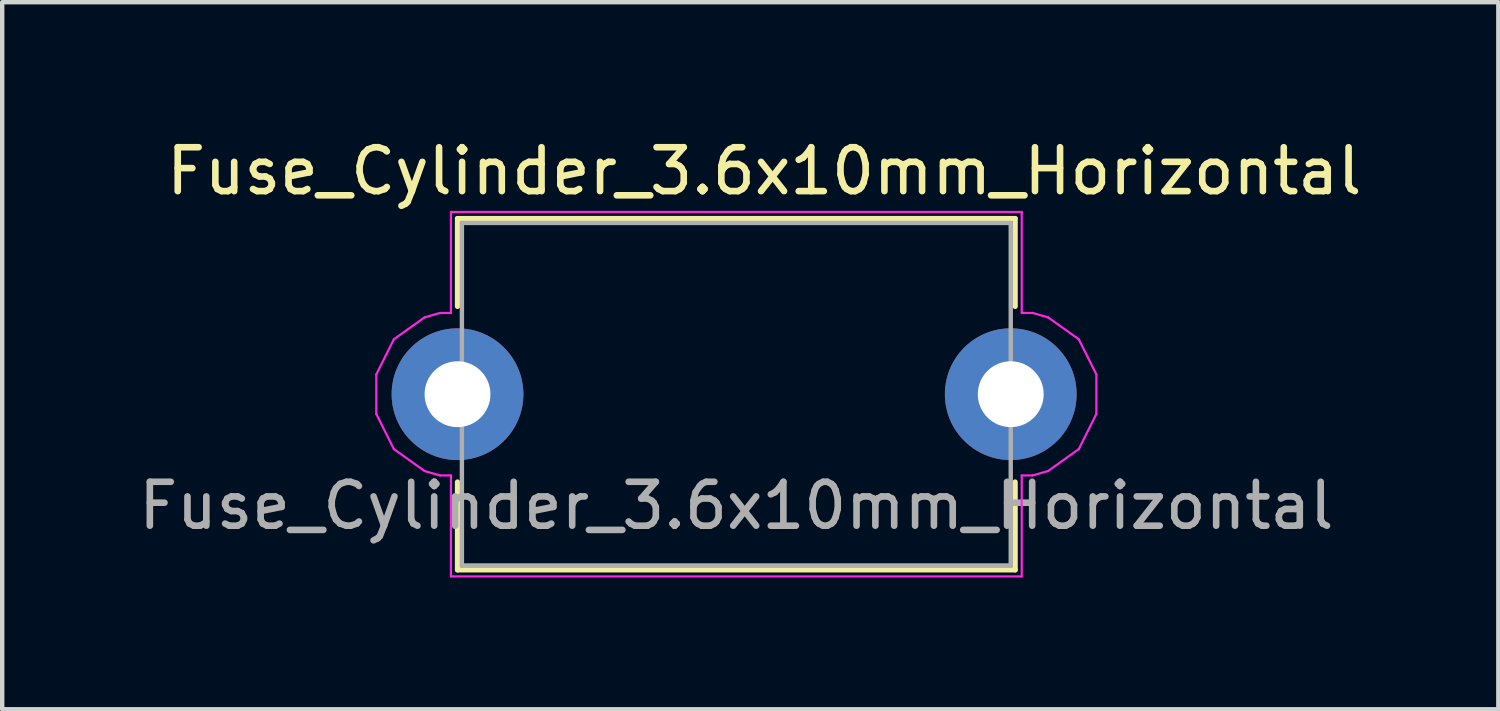
<source format=kicad_pcb>
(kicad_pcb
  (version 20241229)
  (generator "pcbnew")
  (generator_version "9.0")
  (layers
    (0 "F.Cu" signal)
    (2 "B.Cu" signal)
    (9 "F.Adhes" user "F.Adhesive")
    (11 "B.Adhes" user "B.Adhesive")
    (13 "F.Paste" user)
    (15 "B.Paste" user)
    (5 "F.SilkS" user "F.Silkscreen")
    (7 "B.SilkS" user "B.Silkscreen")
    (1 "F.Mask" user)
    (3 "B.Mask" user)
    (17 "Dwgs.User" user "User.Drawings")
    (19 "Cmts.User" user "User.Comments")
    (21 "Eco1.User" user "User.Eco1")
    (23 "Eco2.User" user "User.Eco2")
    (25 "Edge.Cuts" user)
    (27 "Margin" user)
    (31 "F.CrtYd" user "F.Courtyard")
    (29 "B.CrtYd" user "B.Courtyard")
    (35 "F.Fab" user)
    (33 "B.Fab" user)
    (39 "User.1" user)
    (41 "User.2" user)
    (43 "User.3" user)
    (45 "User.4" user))
  (footprint "Fuse_Cylinder_3.6x10mm_Horizontal"
    (layer "F.Cu")
    (at 7.37 5.928)
    (property "Reference" "Fuse_Cylinder_3.6x10mm_Horizontal" (at 6.985 -5.08 0) (layer "F.SilkS") (effects (font (size 1 1) (thickness 0.15))))
    (attr through_hole)
    (fp_line (start 0 -4) (end 12.7 -4) (stroke (width 0.12) (type solid)) (layer "F.SilkS"))
    (fp_line (start 0 -2) (end 0 -4) (stroke (width 0.12) (type solid)) (layer "F.SilkS"))
    (fp_line (start 0 4) (end 0 2) (stroke (width 0.12) (type solid)) (layer "F.SilkS"))
    (fp_line (start 0 4) (end 12.7 4) (stroke (width 0.12) (type solid)) (layer "F.SilkS"))
    (fp_line (start 12.7 -2) (end 12.7 -4) (stroke (width 0.12) (type solid)) (layer "F.SilkS"))
    (fp_line (start 12.7 4) (end 12.7 2) (stroke (width 0.12) (type solid)) (layer "F.SilkS"))
    (fp_line (start -1.85 -0.45) (end -1.85 0.45) (stroke (width 0.05) (type solid)) (layer "F.CrtYd"))
    (fp_line (start -1.85 -0.45) (end -1.45 -1.25) (stroke (width 0.05) (type solid)) (layer "F.CrtYd"))
    (fp_line (start -1.45 1.25) (end -1.85 0.45) (stroke (width 0.05) (type solid)) (layer "F.CrtYd"))
    (fp_line (start -1.45 1.25) (end -0.75 1.75) (stroke (width 0.05) (type solid)) (layer "F.CrtYd"))
    (fp_line (start -0.75 -1.75) (end -1.45 -1.25) (stroke (width 0.05) (type solid)) (layer "F.CrtYd"))
    (fp_line (start -0.75 1.75) (end -0.4 1.85) (stroke (width 0.05) (type solid)) (layer "F.CrtYd"))
    (fp_line (start -0.4 -1.85) (end -0.75 -1.75) (stroke (width 0.05) (type solid)) (layer "F.CrtYd"))
    (fp_line (start -0.4 1.85) (end -0.15 1.85) (stroke (width 0.05) (type solid)) (layer "F.CrtYd"))
    (fp_line (start -0.15 -4.15) (end 12.85 -4.15) (stroke (width 0.05) (type solid)) (layer "F.CrtYd"))
    (fp_line (start -0.15 -1.85) (end -0.4 -1.85) (stroke (width 0.05) (type solid)) (layer "F.CrtYd"))
    (fp_line (start -0.15 -1.85) (end -0.15 -4.15) (stroke (width 0.05) (type solid)) (layer "F.CrtYd"))
    (fp_line (start -0.15 4.15) (end -0.15 1.85) (stroke (width 0.05) (type solid)) (layer "F.CrtYd"))
    (fp_line (start 12.85 -1.85) (end 12.85 -4.15) (stroke (width 0.05) (type solid)) (layer "F.CrtYd"))
    (fp_line (start 12.85 -1.85) (end 13.1 -1.85) (stroke (width 0.05) (type solid)) (layer "F.CrtYd"))
    (fp_line (start 12.85 1.85) (end 12.85 4.15) (stroke (width 0.05) (type solid)) (layer "F.CrtYd"))
    (fp_line (start 12.85 1.85) (end 13.1 1.85) (stroke (width 0.05) (type solid)) (layer "F.CrtYd"))
    (fp_line (start 12.85 4.15) (end -0.15 4.15) (stroke (width 0.05) (type solid)) (layer "F.CrtYd"))
    (fp_line (start 13.1 1.85) (end 13.45 1.75) (stroke (width 0.05) (type solid)) (layer "F.CrtYd"))
    (fp_line (start 13.45 -1.75) (end 13.1 -1.85) (stroke (width 0.05) (type solid)) (layer "F.CrtYd"))
    (fp_line (start 13.45 1.75) (end 14.15 1.25) (stroke (width 0.05) (type solid)) (layer "F.CrtYd"))
    (fp_line (start 14.15 -1.25) (end 13.45 -1.75) (stroke (width 0.05) (type solid)) (layer "F.CrtYd"))
    (fp_line (start 14.15 1.25) (end 14.55 0.45) (stroke (width 0.05) (type solid)) (layer "F.CrtYd"))
    (fp_line (start 14.55 -0.45) (end 14.15 -1.25) (stroke (width 0.05) (type solid)) (layer "F.CrtYd"))
    (fp_line (start 14.55 0.45) (end 14.55 -0.45) (stroke (width 0.05) (type solid)) (layer "F.CrtYd"))
    (fp_line (start 0.1 -3.9) (end 0.1 3.9) (stroke (width 0.1) (type solid)) (layer "F.Fab"))
    (fp_line (start 0.1 3.9) (end 12.6 3.9) (stroke (width 0.1) (type solid)) (layer "F.Fab"))
    (fp_line (start 12.6 -3.9) (end 0.1 -3.9) (stroke (width 0.1) (type solid)) (layer "F.Fab"))
    (fp_line (start 12.6 3.9) (end 12.6 -3.9) (stroke (width 0.1) (type solid)) (layer "F.Fab"))
    (fp_text user "${REFERENCE}" (at 6.35 2.54 0) (layer "F.Fab") (effects (font (size 1 1) (thickness 0.15))))
    (pad "1" thru_hole circle (at 0 0) (size 3 3) (drill 1.5) (layers "*.Cu" "*.Mask"))
    (pad "2" thru_hole circle (at 12.6 0) (size 3 3) (drill 1.5) (layers "*.Cu" "*.Mask")))
  (gr_rect
    (start -3 -3)
    (end 31.075 13.103)
    (stroke (width 0.1) (type default))
    (fill no)
    (layer "Edge.Cuts")))
</source>
